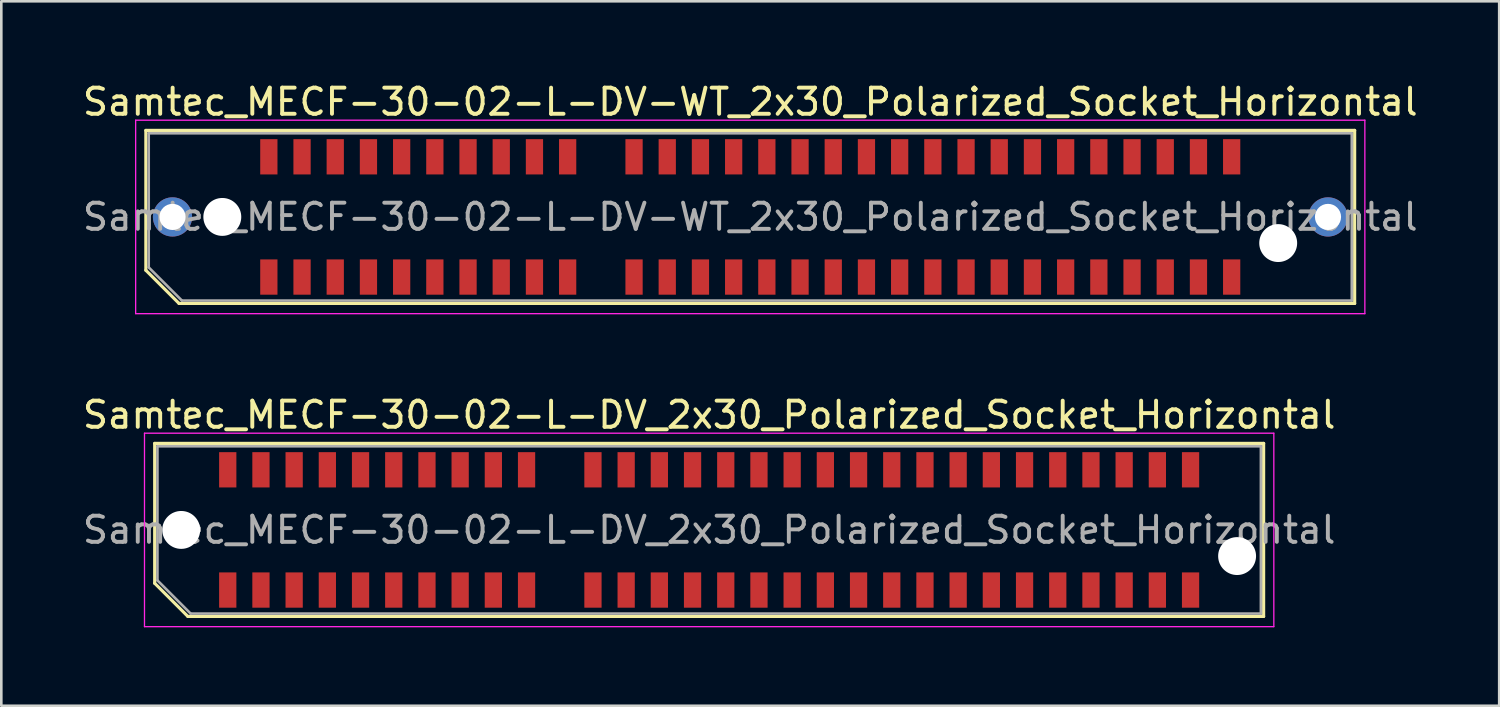
<source format=kicad_pcb>
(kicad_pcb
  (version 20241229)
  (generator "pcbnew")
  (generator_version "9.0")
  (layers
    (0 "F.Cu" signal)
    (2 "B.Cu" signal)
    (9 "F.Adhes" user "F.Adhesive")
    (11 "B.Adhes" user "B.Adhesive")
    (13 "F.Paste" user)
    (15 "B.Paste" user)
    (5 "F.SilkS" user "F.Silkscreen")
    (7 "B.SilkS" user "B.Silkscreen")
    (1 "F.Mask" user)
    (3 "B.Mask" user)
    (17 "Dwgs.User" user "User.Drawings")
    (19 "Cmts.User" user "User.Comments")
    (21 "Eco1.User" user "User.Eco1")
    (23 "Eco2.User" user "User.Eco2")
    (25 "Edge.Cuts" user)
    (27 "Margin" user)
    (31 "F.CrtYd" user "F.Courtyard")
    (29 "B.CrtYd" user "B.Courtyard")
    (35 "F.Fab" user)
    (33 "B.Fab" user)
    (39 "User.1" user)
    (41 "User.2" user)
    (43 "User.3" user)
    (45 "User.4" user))
  (footprint "Samtec_MECF-30-02-L-DV-WT_2x30_Polarized_Socket_Horizontal"
    (layer "F.Cu")
    (at 25.649 5.248)
    (property "Reference" "Samtec_MECF-30-02-L-DV-WT_2x30_Polarized_Socket_Horizontal" (at 0 -4.4 0) (layer "F.SilkS") (effects (font (size 1 1) (thickness 0.15))))
    (attr smd)
    (fp_line (start -23.12 -3.31) (end 23.12 -3.31) (stroke (width 0.12) (type solid)) (layer "F.SilkS"))
    (fp_line (start -23.12 2.04) (end -23.12 -3.31) (stroke (width 0.12) (type solid)) (layer "F.SilkS"))
    (fp_line (start -21.85 3.31) (end -23.12 2.04) (stroke (width 0.12) (type solid)) (layer "F.SilkS"))
    (fp_line (start -21.85 3.31) (end 23.12 3.31) (stroke (width 0.12) (type solid)) (layer "F.SilkS"))
    (fp_line (start 23.12 3.31) (end 23.12 -3.31) (stroke (width 0.12) (type solid)) (layer "F.SilkS"))
    (fp_line (start -23.51 -3.7) (end -23.51 3.7) (stroke (width 0.05) (type solid)) (layer "F.CrtYd"))
    (fp_line (start -23.51 3.7) (end 23.51 3.7) (stroke (width 0.05) (type solid)) (layer "F.CrtYd"))
    (fp_line (start 23.51 -3.7) (end -23.51 -3.7) (stroke (width 0.05) (type solid)) (layer "F.CrtYd"))
    (fp_line (start 23.51 3.7) (end 23.51 -3.7) (stroke (width 0.05) (type solid)) (layer "F.CrtYd"))
    (fp_line (start -23.01 -3.2) (end 23.01 -3.2) (stroke (width 0.1) (type solid)) (layer "F.Fab"))
    (fp_line (start -23.01 1.93) (end -23.01 -3.2) (stroke (width 0.1) (type solid)) (layer "F.Fab"))
    (fp_line (start -23.01 1.93) (end -21.74 3.2) (stroke (width 0.1) (type solid)) (layer "F.Fab"))
    (fp_line (start -21.74 3.2) (end 23.01 3.2) (stroke (width 0.1) (type solid)) (layer "F.Fab"))
    (fp_line (start 23.01 3.2) (end 23.01 -3.2) (stroke (width 0.1) (type solid)) (layer "F.Fab"))
    (fp_text user "${REFERENCE}" (at 0 0 0) (layer "F.Fab") (effects (font (size 1 1) (thickness 0.15))))
    (pad "" thru_hole circle (at -22.1 0) (size 1.5 1.5) (drill 1) (layers "*.Cu" "*.Mask"))
    (pad "" np_thru_hole circle (at -20.195 0) (size 1.45 1.45) (drill 1.45) (layers "*.Cu" "*.Mask"))
    (pad "" np_thru_hole circle (at 20.195 1) (size 1.45 1.45) (drill 1.45) (layers "*.Cu" "*.Mask"))
    (pad "" thru_hole circle (at 22.1 0) (size 1.5 1.5) (drill 1) (layers "*.Cu" "*.Mask"))
    (pad "1" smd rect (at -18.415 2.3) (size 0.66 1.35) (layers "F.Cu" "F.Mask" "F.Paste"))
    (pad "2" smd rect (at -18.415 -2.3) (size 0.66 1.35) (layers "F.Cu" "F.Mask" "F.Paste"))
    (pad "3" smd rect (at -17.145 2.3) (size 0.66 1.35) (layers "F.Cu" "F.Mask" "F.Paste"))
    (pad "4" smd rect (at -17.145 -2.3) (size 0.66 1.35) (layers "F.Cu" "F.Mask" "F.Paste"))
    (pad "5" smd rect (at -15.875 2.3) (size 0.66 1.35) (layers "F.Cu" "F.Mask" "F.Paste"))
    (pad "6" smd rect (at -15.875 -2.3) (size 0.66 1.35) (layers "F.Cu" "F.Mask" "F.Paste"))
    (pad "7" smd rect (at -14.605 2.3) (size 0.66 1.35) (layers "F.Cu" "F.Mask" "F.Paste"))
    (pad "8" smd rect (at -14.605 -2.3) (size 0.66 1.35) (layers "F.Cu" "F.Mask" "F.Paste"))
    (pad "9" smd rect (at -13.335 2.3) (size 0.66 1.35) (layers "F.Cu" "F.Mask" "F.Paste"))
    (pad "10" smd rect (at -13.335 -2.3) (size 0.66 1.35) (layers "F.Cu" "F.Mask" "F.Paste"))
    (pad "11" smd rect (at -12.065 2.3) (size 0.66 1.35) (layers "F.Cu" "F.Mask" "F.Paste"))
    (pad "12" smd rect (at -12.065 -2.3) (size 0.66 1.35) (layers "F.Cu" "F.Mask" "F.Paste"))
    (pad "13" smd rect (at -10.795 2.3) (size 0.66 1.35) (layers "F.Cu" "F.Mask" "F.Paste"))
    (pad "14" smd rect (at -10.795 -2.3) (size 0.66 1.35) (layers "F.Cu" "F.Mask" "F.Paste"))
    (pad "15" smd rect (at -9.525 2.3) (size 0.66 1.35) (layers "F.Cu" "F.Mask" "F.Paste"))
    (pad "16" smd rect (at -9.525 -2.3) (size 0.66 1.35) (layers "F.Cu" "F.Mask" "F.Paste"))
    (pad "17" smd rect (at -8.255 2.3) (size 0.66 1.35) (layers "F.Cu" "F.Mask" "F.Paste"))
    (pad "18" smd rect (at -8.255 -2.3) (size 0.66 1.35) (layers "F.Cu" "F.Mask" "F.Paste"))
    (pad "19" smd rect (at -6.985 2.3) (size 0.66 1.35) (layers "F.Cu" "F.Mask" "F.Paste"))
    (pad "20" smd rect (at -6.985 -2.3) (size 0.66 1.35) (layers "F.Cu" "F.Mask" "F.Paste"))
    (pad "23" smd rect (at -4.445 2.3) (size 0.66 1.35) (layers "F.Cu" "F.Mask" "F.Paste"))
    (pad "24" smd rect (at -4.445 -2.3) (size 0.66 1.35) (layers "F.Cu" "F.Mask" "F.Paste"))
    (pad "25" smd rect (at -3.175 2.3) (size 0.66 1.35) (layers "F.Cu" "F.Mask" "F.Paste"))
    (pad "26" smd rect (at -3.175 -2.3) (size 0.66 1.35) (layers "F.Cu" "F.Mask" "F.Paste"))
    (pad "27" smd rect (at -1.905 2.3) (size 0.66 1.35) (layers "F.Cu" "F.Mask" "F.Paste"))
    (pad "28" smd rect (at -1.905 -2.3) (size 0.66 1.35) (layers "F.Cu" "F.Mask" "F.Paste"))
    (pad "29" smd rect (at -0.635 2.3) (size 0.66 1.35) (layers "F.Cu" "F.Mask" "F.Paste"))
    (pad "30" smd rect (at -0.635 -2.3) (size 0.66 1.35) (layers "F.Cu" "F.Mask" "F.Paste"))
    (pad "31" smd rect (at 0.635 2.3) (size 0.66 1.35) (layers "F.Cu" "F.Mask" "F.Paste"))
    (pad "32" smd rect (at 0.635 -2.3) (size 0.66 1.35) (layers "F.Cu" "F.Mask" "F.Paste"))
    (pad "33" smd rect (at 1.905 2.3) (size 0.66 1.35) (layers "F.Cu" "F.Mask" "F.Paste"))
    (pad "34" smd rect (at 1.905 -2.3) (size 0.66 1.35) (layers "F.Cu" "F.Mask" "F.Paste"))
    (pad "35" smd rect (at 3.175 2.3) (size 0.66 1.35) (layers "F.Cu" "F.Mask" "F.Paste"))
    (pad "36" smd rect (at 3.175 -2.3) (size 0.66 1.35) (layers "F.Cu" "F.Mask" "F.Paste"))
    (pad "37" smd rect (at 4.445 2.3) (size 0.66 1.35) (layers "F.Cu" "F.Mask" "F.Paste"))
    (pad "38" smd rect (at 4.445 -2.3) (size 0.66 1.35) (layers "F.Cu" "F.Mask" "F.Paste"))
    (pad "39" smd rect (at 5.715 2.3) (size 0.66 1.35) (layers "F.Cu" "F.Mask" "F.Paste"))
    (pad "40" smd rect (at 5.715 -2.3) (size 0.66 1.35) (layers "F.Cu" "F.Mask" "F.Paste"))
    (pad "41" smd rect (at 6.985 2.3) (size 0.66 1.35) (layers "F.Cu" "F.Mask" "F.Paste"))
    (pad "42" smd rect (at 6.985 -2.3) (size 0.66 1.35) (layers "F.Cu" "F.Mask" "F.Paste"))
    (pad "43" smd rect (at 8.255 2.3) (size 0.66 1.35) (layers "F.Cu" "F.Mask" "F.Paste"))
    (pad "44" smd rect (at 8.255 -2.3) (size 0.66 1.35) (layers "F.Cu" "F.Mask" "F.Paste"))
    (pad "45" smd rect (at 9.525 2.3) (size 0.66 1.35) (layers "F.Cu" "F.Mask" "F.Paste"))
    (pad "46" smd rect (at 9.525 -2.3) (size 0.66 1.35) (layers "F.Cu" "F.Mask" "F.Paste"))
    (pad "47" smd rect (at 10.795 2.3) (size 0.66 1.35) (layers "F.Cu" "F.Mask" "F.Paste"))
    (pad "48" smd rect (at 10.795 -2.3) (size 0.66 1.35) (layers "F.Cu" "F.Mask" "F.Paste"))
    (pad "49" smd rect (at 12.065 2.3) (size 0.66 1.35) (layers "F.Cu" "F.Mask" "F.Paste"))
    (pad "50" smd rect (at 12.065 -2.3) (size 0.66 1.35) (layers "F.Cu" "F.Mask" "F.Paste"))
    (pad "51" smd rect (at 13.335 2.3) (size 0.66 1.35) (layers "F.Cu" "F.Mask" "F.Paste"))
    (pad "52" smd rect (at 13.335 -2.3) (size 0.66 1.35) (layers "F.Cu" "F.Mask" "F.Paste"))
    (pad "53" smd rect (at 14.605 2.3) (size 0.66 1.35) (layers "F.Cu" "F.Mask" "F.Paste"))
    (pad "54" smd rect (at 14.605 -2.3) (size 0.66 1.35) (layers "F.Cu" "F.Mask" "F.Paste"))
    (pad "55" smd rect (at 15.875 2.3) (size 0.66 1.35) (layers "F.Cu" "F.Mask" "F.Paste"))
    (pad "56" smd rect (at 15.875 -2.3) (size 0.66 1.35) (layers "F.Cu" "F.Mask" "F.Paste"))
    (pad "57" smd rect (at 17.145 2.3) (size 0.66 1.35) (layers "F.Cu" "F.Mask" "F.Paste"))
    (pad "58" smd rect (at 17.145 -2.3) (size 0.66 1.35) (layers "F.Cu" "F.Mask" "F.Paste"))
    (pad "59" smd rect (at 18.415 2.3) (size 0.66 1.35) (layers "F.Cu" "F.Mask" "F.Paste"))
    (pad "60" smd rect (at 18.415 -2.3) (size 0.66 1.35) (layers "F.Cu" "F.Mask" "F.Paste")))
  (footprint "Samtec_MECF-30-02-L-DV_2x30_Polarized_Socket_Horizontal"
    (layer "F.Cu")
    (at 24.077 17.221)
    (property "Reference" "Samtec_MECF-30-02-L-DV_2x30_Polarized_Socket_Horizontal" (at 0 -4.4 0) (layer "F.SilkS") (effects (font (size 1 1) (thickness 0.15))))
    (attr smd)
    (fp_line (start -21.21 -3.31) (end 21.21 -3.31) (stroke (width 0.12) (type solid)) (layer "F.SilkS"))
    (fp_line (start -21.21 2.04) (end -21.21 -3.31) (stroke (width 0.12) (type solid)) (layer "F.SilkS"))
    (fp_line (start -19.94 3.31) (end -21.21 2.04) (stroke (width 0.12) (type solid)) (layer "F.SilkS"))
    (fp_line (start -19.94 3.31) (end 21.21 3.31) (stroke (width 0.12) (type solid)) (layer "F.SilkS"))
    (fp_line (start 21.21 3.31) (end 21.21 -3.31) (stroke (width 0.12) (type solid)) (layer "F.SilkS"))
    (fp_line (start -21.6 -3.7) (end -21.6 3.7) (stroke (width 0.05) (type solid)) (layer "F.CrtYd"))
    (fp_line (start -21.6 3.7) (end 21.6 3.7) (stroke (width 0.05) (type solid)) (layer "F.CrtYd"))
    (fp_line (start 21.6 -3.7) (end -21.6 -3.7) (stroke (width 0.05) (type solid)) (layer "F.CrtYd"))
    (fp_line (start 21.6 3.7) (end 21.6 -3.7) (stroke (width 0.05) (type solid)) (layer "F.CrtYd"))
    (fp_line (start -21.105 -3.2) (end 21.105 -3.2) (stroke (width 0.1) (type solid)) (layer "F.Fab"))
    (fp_line (start -21.105 1.93) (end -21.105 -3.2) (stroke (width 0.1) (type solid)) (layer "F.Fab"))
    (fp_line (start -21.105 1.93) (end -19.835 3.2) (stroke (width 0.1) (type solid)) (layer "F.Fab"))
    (fp_line (start -19.835 3.2) (end 21.105 3.2) (stroke (width 0.1) (type solid)) (layer "F.Fab"))
    (fp_line (start 21.105 3.2) (end 21.105 -3.2) (stroke (width 0.1) (type solid)) (layer "F.Fab"))
    (fp_text user "${REFERENCE}" (at 0 0 0) (layer "F.Fab") (effects (font (size 1 1) (thickness 0.15))))
    (pad "" np_thru_hole circle (at -20.195 0) (size 1.45 1.45) (drill 1.45) (layers "*.Cu" "*.Mask"))
    (pad "" np_thru_hole circle (at 20.195 1) (size 1.45 1.45) (drill 1.45) (layers "*.Cu" "*.Mask"))
    (pad "1" smd rect (at -18.415 2.3) (size 0.66 1.35) (layers "F.Cu" "F.Mask" "F.Paste"))
    (pad "2" smd rect (at -18.415 -2.3) (size 0.66 1.35) (layers "F.Cu" "F.Mask" "F.Paste"))
    (pad "3" smd rect (at -17.145 2.3) (size 0.66 1.35) (layers "F.Cu" "F.Mask" "F.Paste"))
    (pad "4" smd rect (at -17.145 -2.3) (size 0.66 1.35) (layers "F.Cu" "F.Mask" "F.Paste"))
    (pad "5" smd rect (at -15.875 2.3) (size 0.66 1.35) (layers "F.Cu" "F.Mask" "F.Paste"))
    (pad "6" smd rect (at -15.875 -2.3) (size 0.66 1.35) (layers "F.Cu" "F.Mask" "F.Paste"))
    (pad "7" smd rect (at -14.605 2.3) (size 0.66 1.35) (layers "F.Cu" "F.Mask" "F.Paste"))
    (pad "8" smd rect (at -14.605 -2.3) (size 0.66 1.35) (layers "F.Cu" "F.Mask" "F.Paste"))
    (pad "9" smd rect (at -13.335 2.3) (size 0.66 1.35) (layers "F.Cu" "F.Mask" "F.Paste"))
    (pad "10" smd rect (at -13.335 -2.3) (size 0.66 1.35) (layers "F.Cu" "F.Mask" "F.Paste"))
    (pad "11" smd rect (at -12.065 2.3) (size 0.66 1.35) (layers "F.Cu" "F.Mask" "F.Paste"))
    (pad "12" smd rect (at -12.065 -2.3) (size 0.66 1.35) (layers "F.Cu" "F.Mask" "F.Paste"))
    (pad "13" smd rect (at -10.795 2.3) (size 0.66 1.35) (layers "F.Cu" "F.Mask" "F.Paste"))
    (pad "14" smd rect (at -10.795 -2.3) (size 0.66 1.35) (layers "F.Cu" "F.Mask" "F.Paste"))
    (pad "15" smd rect (at -9.525 2.3) (size 0.66 1.35) (layers "F.Cu" "F.Mask" "F.Paste"))
    (pad "16" smd rect (at -9.525 -2.3) (size 0.66 1.35) (layers "F.Cu" "F.Mask" "F.Paste"))
    (pad "17" smd rect (at -8.255 2.3) (size 0.66 1.35) (layers "F.Cu" "F.Mask" "F.Paste"))
    (pad "18" smd rect (at -8.255 -2.3) (size 0.66 1.35) (layers "F.Cu" "F.Mask" "F.Paste"))
    (pad "19" smd rect (at -6.985 2.3) (size 0.66 1.35) (layers "F.Cu" "F.Mask" "F.Paste"))
    (pad "20" smd rect (at -6.985 -2.3) (size 0.66 1.35) (layers "F.Cu" "F.Mask" "F.Paste"))
    (pad "23" smd rect (at -4.445 2.3) (size 0.66 1.35) (layers "F.Cu" "F.Mask" "F.Paste"))
    (pad "24" smd rect (at -4.445 -2.3) (size 0.66 1.35) (layers "F.Cu" "F.Mask" "F.Paste"))
    (pad "25" smd rect (at -3.175 2.3) (size 0.66 1.35) (layers "F.Cu" "F.Mask" "F.Paste"))
    (pad "26" smd rect (at -3.175 -2.3) (size 0.66 1.35) (layers "F.Cu" "F.Mask" "F.Paste"))
    (pad "27" smd rect (at -1.905 2.3) (size 0.66 1.35) (layers "F.Cu" "F.Mask" "F.Paste"))
    (pad "28" smd rect (at -1.905 -2.3) (size 0.66 1.35) (layers "F.Cu" "F.Mask" "F.Paste"))
    (pad "29" smd rect (at -0.635 2.3) (size 0.66 1.35) (layers "F.Cu" "F.Mask" "F.Paste"))
    (pad "30" smd rect (at -0.635 -2.3) (size 0.66 1.35) (layers "F.Cu" "F.Mask" "F.Paste"))
    (pad "31" smd rect (at 0.635 2.3) (size 0.66 1.35) (layers "F.Cu" "F.Mask" "F.Paste"))
    (pad "32" smd rect (at 0.635 -2.3) (size 0.66 1.35) (layers "F.Cu" "F.Mask" "F.Paste"))
    (pad "33" smd rect (at 1.905 2.3) (size 0.66 1.35) (layers "F.Cu" "F.Mask" "F.Paste"))
    (pad "34" smd rect (at 1.905 -2.3) (size 0.66 1.35) (layers "F.Cu" "F.Mask" "F.Paste"))
    (pad "35" smd rect (at 3.175 2.3) (size 0.66 1.35) (layers "F.Cu" "F.Mask" "F.Paste"))
    (pad "36" smd rect (at 3.175 -2.3) (size 0.66 1.35) (layers "F.Cu" "F.Mask" "F.Paste"))
    (pad "37" smd rect (at 4.445 2.3) (size 0.66 1.35) (layers "F.Cu" "F.Mask" "F.Paste"))
    (pad "38" smd rect (at 4.445 -2.3) (size 0.66 1.35) (layers "F.Cu" "F.Mask" "F.Paste"))
    (pad "39" smd rect (at 5.715 2.3) (size 0.66 1.35) (layers "F.Cu" "F.Mask" "F.Paste"))
    (pad "40" smd rect (at 5.715 -2.3) (size 0.66 1.35) (layers "F.Cu" "F.Mask" "F.Paste"))
    (pad "41" smd rect (at 6.985 2.3) (size 0.66 1.35) (layers "F.Cu" "F.Mask" "F.Paste"))
    (pad "42" smd rect (at 6.985 -2.3) (size 0.66 1.35) (layers "F.Cu" "F.Mask" "F.Paste"))
    (pad "43" smd rect (at 8.255 2.3) (size 0.66 1.35) (layers "F.Cu" "F.Mask" "F.Paste"))
    (pad "44" smd rect (at 8.255 -2.3) (size 0.66 1.35) (layers "F.Cu" "F.Mask" "F.Paste"))
    (pad "45" smd rect (at 9.525 2.3) (size 0.66 1.35) (layers "F.Cu" "F.Mask" "F.Paste"))
    (pad "46" smd rect (at 9.525 -2.3) (size 0.66 1.35) (layers "F.Cu" "F.Mask" "F.Paste"))
    (pad "47" smd rect (at 10.795 2.3) (size 0.66 1.35) (layers "F.Cu" "F.Mask" "F.Paste"))
    (pad "48" smd rect (at 10.795 -2.3) (size 0.66 1.35) (layers "F.Cu" "F.Mask" "F.Paste"))
    (pad "49" smd rect (at 12.065 2.3) (size 0.66 1.35) (layers "F.Cu" "F.Mask" "F.Paste"))
    (pad "50" smd rect (at 12.065 -2.3) (size 0.66 1.35) (layers "F.Cu" "F.Mask" "F.Paste"))
    (pad "51" smd rect (at 13.335 2.3) (size 0.66 1.35) (layers "F.Cu" "F.Mask" "F.Paste"))
    (pad "52" smd rect (at 13.335 -2.3) (size 0.66 1.35) (layers "F.Cu" "F.Mask" "F.Paste"))
    (pad "53" smd rect (at 14.605 2.3) (size 0.66 1.35) (layers "F.Cu" "F.Mask" "F.Paste"))
    (pad "54" smd rect (at 14.605 -2.3) (size 0.66 1.35) (layers "F.Cu" "F.Mask" "F.Paste"))
    (pad "55" smd rect (at 15.875 2.3) (size 0.66 1.35) (layers "F.Cu" "F.Mask" "F.Paste"))
    (pad "56" smd rect (at 15.875 -2.3) (size 0.66 1.35) (layers "F.Cu" "F.Mask" "F.Paste"))
    (pad "57" smd rect (at 17.145 2.3) (size 0.66 1.35) (layers "F.Cu" "F.Mask" "F.Paste"))
    (pad "58" smd rect (at 17.145 -2.3) (size 0.66 1.35) (layers "F.Cu" "F.Mask" "F.Paste"))
    (pad "59" smd rect (at 18.415 2.3) (size 0.66 1.35) (layers "F.Cu" "F.Mask" "F.Paste"))
    (pad "60" smd rect (at 18.415 -2.3) (size 0.66 1.35) (layers "F.Cu" "F.Mask" "F.Paste")))
  (gr_rect
    (start -3 -3)
    (end 54.298 23.947)
    (stroke (width 0.1) (type default))
    (fill no)
    (layer "Edge.Cuts")))
</source>
